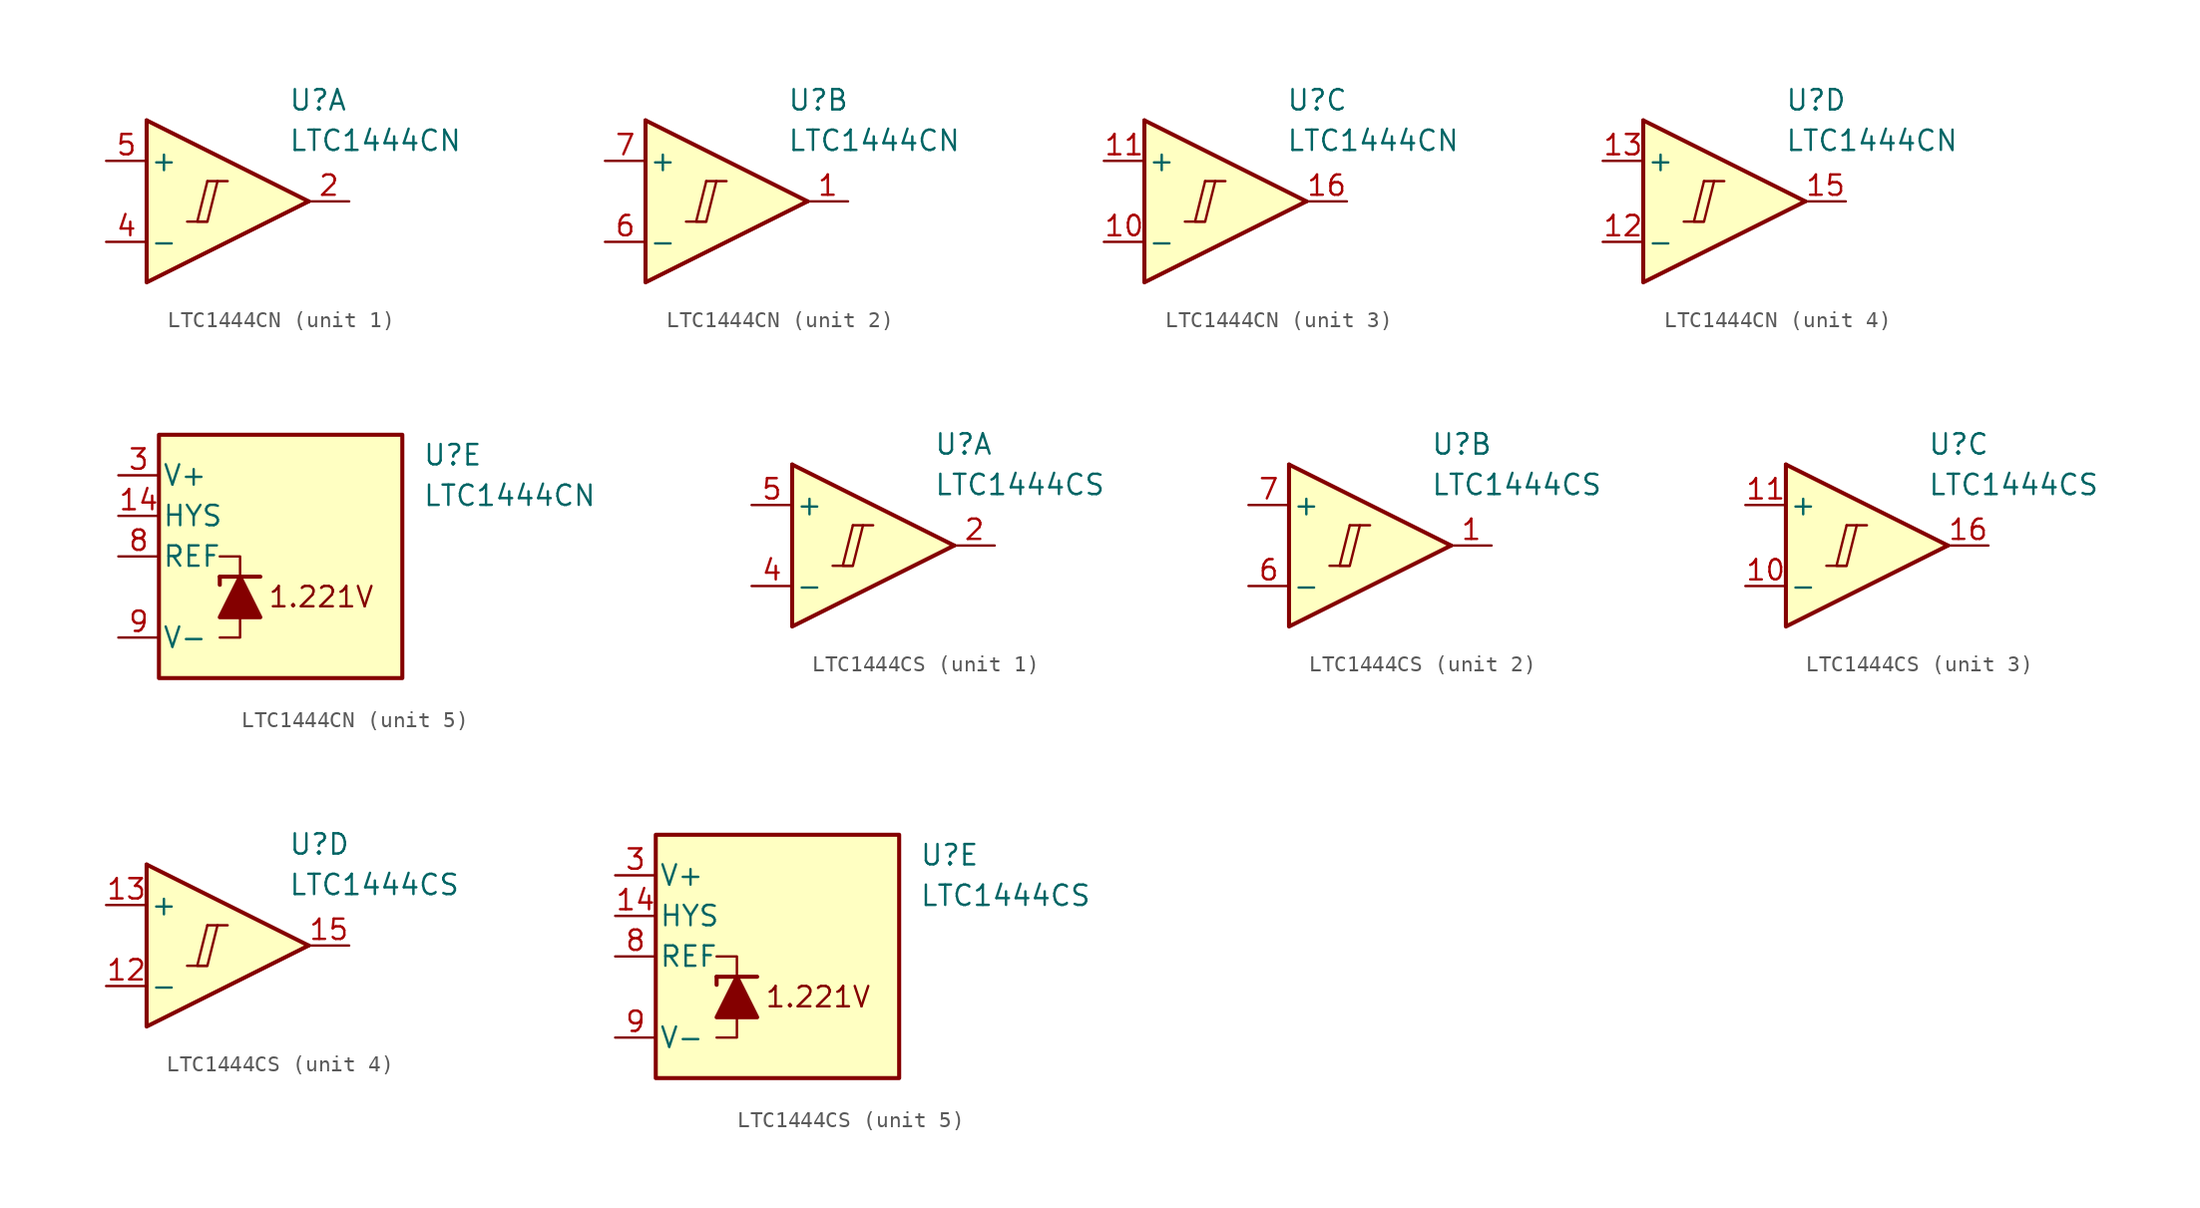
<source format=kicad_sym>
(kicad_symbol_lib
  (version 20211014)
  (generator kicad_symbol_editor)
  (symbol "LTC1444CN"
    (pin_names
      (offset 0.2))
    (property "Reference" "U"
      (at 5.08 6.35 0)
      (effects (font (size 1.27 1.27)) (justify left)))
    (property "Value" "LTC1444CN"
      (at 5.08 3.81 0)
      (effects (font (size 1.27 1.27)) (justify left)))
    (property "ki_locked" ""
      (at 0 0 0)
      (effects (font (size 1.27 1.27))))
    (symbol "LTC1444CN_1_0"
      (polyline (pts (xy -1.27 -1.27) (xy 0 -1.27)) (stroke (width 0.152) (type default) (color 0 0 0 0)) (fill (type none)))
      (polyline (pts (xy 0 1.27) (xy 1.27 1.27)) (stroke (width 0.152) (type default) (color 0 0 0 0)) (fill (type none)))
      (polyline (pts (xy 0 1.27) (xy -0.635 -1.27) (xy 0 -1.27) (xy 0.635 1.27)) (stroke (width 0.152) (type default) (color 0 0 0 0)) (fill (type none))))
    (symbol "LTC1444CN_1_1"
      (polyline (pts (xy -3.81 5.08) (xy 6.35 0)) (stroke (width 0.254) (type default) (color 0 0 0 0)) (fill (type none)))
      (polyline (pts (xy -3.81 5.08) (xy -3.81 -5.08) (xy 6.35 0)) (stroke (width 0.254) (type default) (color 0 0 0 0)) (fill (type background)))
      (pin output line (at 8.89 0 180) (length 2.54) (name "~" (effects (font (size 1.27 1.27)))) (number "2" (effects (font (size 1.27 1.27)))))
      (pin input line (at -6.35 -2.54 0) (length 2.54) (name "-" (effects (font (size 1.27 1.27)))) (number "4" (effects (font (size 1.27 1.27)))))
      (pin input line (at -6.35 2.54 0) (length 2.54) (name "+" (effects (font (size 1.27 1.27)))) (number "5" (effects (font (size 1.27 1.27))))))
    (symbol "LTC1444CN_2_0"
      (polyline (pts (xy -1.27 -1.27) (xy 0 -1.27)) (stroke (width 0.152) (type default) (color 0 0 0 0)) (fill (type none)))
      (polyline (pts (xy 0 1.27) (xy 1.27 1.27)) (stroke (width 0.152) (type default) (color 0 0 0 0)) (fill (type none)))
      (polyline (pts (xy 0 1.27) (xy -0.635 -1.27) (xy 0 -1.27) (xy 0.635 1.27)) (stroke (width 0.152) (type default) (color 0 0 0 0)) (fill (type none))))
    (symbol "LTC1444CN_2_1"
      (polyline (pts (xy -3.81 5.08) (xy 6.35 0)) (stroke (width 0.254) (type default) (color 0 0 0 0)) (fill (type none)))
      (polyline (pts (xy -3.81 5.08) (xy -3.81 -5.08) (xy 6.35 0)) (stroke (width 0.254) (type default) (color 0 0 0 0)) (fill (type background)))
      (pin output line (at 8.89 0 180) (length 2.54) (name "~" (effects (font (size 1.27 1.27)))) (number "1" (effects (font (size 1.27 1.27)))))
      (pin input line (at -6.35 -2.54 0) (length 2.54) (name "-" (effects (font (size 1.27 1.27)))) (number "6" (effects (font (size 1.27 1.27)))))
      (pin input line (at -6.35 2.54 0) (length 2.54) (name "+" (effects (font (size 1.27 1.27)))) (number "7" (effects (font (size 1.27 1.27))))))
    (symbol "LTC1444CN_3_0"
      (polyline (pts (xy -1.27 -1.27) (xy 0 -1.27)) (stroke (width 0.152) (type default) (color 0 0 0 0)) (fill (type none)))
      (polyline (pts (xy 0 1.27) (xy 1.27 1.27)) (stroke (width 0.152) (type default) (color 0 0 0 0)) (fill (type none)))
      (polyline (pts (xy 0 1.27) (xy -0.635 -1.27) (xy 0 -1.27) (xy 0.635 1.27)) (stroke (width 0.152) (type default) (color 0 0 0 0)) (fill (type none))))
    (symbol "LTC1444CN_3_1"
      (polyline (pts (xy -3.81 5.08) (xy 6.35 0)) (stroke (width 0.254) (type default) (color 0 0 0 0)) (fill (type none)))
      (polyline (pts (xy -3.81 5.08) (xy -3.81 -5.08) (xy 6.35 0)) (stroke (width 0.254) (type default) (color 0 0 0 0)) (fill (type background)))
      (pin input line (at -6.35 -2.54 0) (length 2.54) (name "-" (effects (font (size 1.27 1.27)))) (number "10" (effects (font (size 1.27 1.27)))))
      (pin input line (at -6.35 2.54 0) (length 2.54) (name "+" (effects (font (size 1.27 1.27)))) (number "11" (effects (font (size 1.27 1.27)))))
      (pin output line (at 8.89 0 180) (length 2.54) (name "~" (effects (font (size 1.27 1.27)))) (number "16" (effects (font (size 1.27 1.27))))))
    (symbol "LTC1444CN_4_0"
      (polyline (pts (xy -1.27 -1.27) (xy 0 -1.27)) (stroke (width 0.152) (type default) (color 0 0 0 0)) (fill (type none)))
      (polyline (pts (xy 0 1.27) (xy 1.27 1.27)) (stroke (width 0.152) (type default) (color 0 0 0 0)) (fill (type none)))
      (polyline (pts (xy 0 1.27) (xy -0.635 -1.27) (xy 0 -1.27) (xy 0.635 1.27)) (stroke (width 0.152) (type default) (color 0 0 0 0)) (fill (type none))))
    (symbol "LTC1444CN_4_1"
      (polyline (pts (xy -3.81 5.08) (xy 6.35 0)) (stroke (width 0.254) (type default) (color 0 0 0 0)) (fill (type none)))
      (polyline (pts (xy -3.81 5.08) (xy -3.81 -5.08) (xy 6.35 0)) (stroke (width 0.254) (type default) (color 0 0 0 0)) (fill (type background)))
      (pin input line (at -6.35 -2.54 0) (length 2.54) (name "-" (effects (font (size 1.27 1.27)))) (number "12" (effects (font (size 1.27 1.27)))))
      (pin input line (at -6.35 2.54 0) (length 2.54) (name "+" (effects (font (size 1.27 1.27)))) (number "13" (effects (font (size 1.27 1.27)))))
      (pin output line (at 8.89 0 180) (length 2.54) (name "~" (effects (font (size 1.27 1.27)))) (number "15" (effects (font (size 1.27 1.27))))))
    (symbol "LTC1444CN_5_0"
      (text "1.221V" (at -1.27 -2.54 0) (effects (font (size 1.27 1.27)))))
    (symbol "LTC1444CN_5_1"
      (rectangle (start -11.43 7.62) (end 3.81 -7.62) (stroke (width 0.254) (type default) (color 0 0 0 0)) (fill (type background)))
      (polyline (pts (xy -7.62 -1.27) (xy -7.62 -1.778)) (stroke (width 0.254) (type default) (color 0 0 0 0)) (fill (type none)))
      (polyline (pts (xy -7.62 -1.27) (xy -5.08 -1.27)) (stroke (width 0.254) (type default) (color 0 0 0 0)) (fill (type none)))
      (polyline (pts (xy -6.35 -3.81) (xy -6.35 -5.08) (xy -7.62 -5.08)) (stroke (width 0) (type default) (color 0 0 0 0)) (fill (type none)))
      (polyline (pts (xy -6.35 -1.27) (xy -6.35 0) (xy -7.62 0)) (stroke (width 0) (type default) (color 0 0 0 0)) (fill (type none)))
      (polyline (pts (xy -5.08 -3.81) (xy -7.62 -3.81) (xy -6.35 -1.27) (xy -5.08 -3.81)) (stroke (width 0.254) (type default) (color 0 0 0 0)) (fill (type outline)))
      (pin input line (at -13.97 2.54 0) (length 2.54) (name "HYS" (effects (font (size 1.27 1.27)))) (number "14" (effects (font (size 1.27 1.27)))))
      (pin power_in line (at -13.97 5.08 0) (length 2.54) (name "V+" (effects (font (size 1.27 1.27)))) (number "3" (effects (font (size 1.27 1.27)))))
      (pin output line (at -13.97 0 0) (length 2.54) (name "REF" (effects (font (size 1.27 1.27)))) (number "8" (effects (font (size 1.27 1.27)))))
      (pin power_in line (at -13.97 -5.08 0) (length 2.54) (name "V-" (effects (font (size 1.27 1.27)))) (number "9" (effects (font (size 1.27 1.27)))))))
  (symbol "LTC1444CS"
    (pin_names
      (offset 0.2))
    (property "Reference" "U"
      (at 5.08 6.35 0)
      (effects (font (size 1.27 1.27)) (justify left)))
    (property "Value" "LTC1444CS"
      (at 5.08 3.81 0)
      (effects (font (size 1.27 1.27)) (justify left)))
    (property "ki_locked" ""
      (at 0 0 0)
      (effects (font (size 1.27 1.27))))
    (symbol "LTC1444CS_1_0"
      (polyline (pts (xy -1.27 -1.27) (xy 0 -1.27)) (stroke (width 0.152) (type default) (color 0 0 0 0)) (fill (type none)))
      (polyline (pts (xy 0 1.27) (xy 1.27 1.27)) (stroke (width 0.152) (type default) (color 0 0 0 0)) (fill (type none)))
      (polyline (pts (xy 0 1.27) (xy -0.635 -1.27) (xy 0 -1.27) (xy 0.635 1.27)) (stroke (width 0.152) (type default) (color 0 0 0 0)) (fill (type none))))
    (symbol "LTC1444CS_1_1"
      (polyline (pts (xy -3.81 5.08) (xy 6.35 0)) (stroke (width 0.254) (type default) (color 0 0 0 0)) (fill (type none)))
      (polyline (pts (xy -3.81 5.08) (xy -3.81 -5.08) (xy 6.35 0)) (stroke (width 0.254) (type default) (color 0 0 0 0)) (fill (type background)))
      (pin output line (at 8.89 0 180) (length 2.54) (name "~" (effects (font (size 1.27 1.27)))) (number "2" (effects (font (size 1.27 1.27)))))
      (pin input line (at -6.35 -2.54 0) (length 2.54) (name "-" (effects (font (size 1.27 1.27)))) (number "4" (effects (font (size 1.27 1.27)))))
      (pin input line (at -6.35 2.54 0) (length 2.54) (name "+" (effects (font (size 1.27 1.27)))) (number "5" (effects (font (size 1.27 1.27))))))
    (symbol "LTC1444CS_2_0"
      (polyline (pts (xy -1.27 -1.27) (xy 0 -1.27)) (stroke (width 0.152) (type default) (color 0 0 0 0)) (fill (type none)))
      (polyline (pts (xy 0 1.27) (xy 1.27 1.27)) (stroke (width 0.152) (type default) (color 0 0 0 0)) (fill (type none)))
      (polyline (pts (xy 0 1.27) (xy -0.635 -1.27) (xy 0 -1.27) (xy 0.635 1.27)) (stroke (width 0.152) (type default) (color 0 0 0 0)) (fill (type none))))
    (symbol "LTC1444CS_2_1"
      (polyline (pts (xy -3.81 5.08) (xy 6.35 0)) (stroke (width 0.254) (type default) (color 0 0 0 0)) (fill (type none)))
      (polyline (pts (xy -3.81 5.08) (xy -3.81 -5.08) (xy 6.35 0)) (stroke (width 0.254) (type default) (color 0 0 0 0)) (fill (type background)))
      (pin output line (at 8.89 0 180) (length 2.54) (name "~" (effects (font (size 1.27 1.27)))) (number "1" (effects (font (size 1.27 1.27)))))
      (pin input line (at -6.35 -2.54 0) (length 2.54) (name "-" (effects (font (size 1.27 1.27)))) (number "6" (effects (font (size 1.27 1.27)))))
      (pin input line (at -6.35 2.54 0) (length 2.54) (name "+" (effects (font (size 1.27 1.27)))) (number "7" (effects (font (size 1.27 1.27))))))
    (symbol "LTC1444CS_3_0"
      (polyline (pts (xy -1.27 -1.27) (xy 0 -1.27)) (stroke (width 0.152) (type default) (color 0 0 0 0)) (fill (type none)))
      (polyline (pts (xy 0 1.27) (xy 1.27 1.27)) (stroke (width 0.152) (type default) (color 0 0 0 0)) (fill (type none)))
      (polyline (pts (xy 0 1.27) (xy -0.635 -1.27) (xy 0 -1.27) (xy 0.635 1.27)) (stroke (width 0.152) (type default) (color 0 0 0 0)) (fill (type none))))
    (symbol "LTC1444CS_3_1"
      (polyline (pts (xy -3.81 5.08) (xy 6.35 0)) (stroke (width 0.254) (type default) (color 0 0 0 0)) (fill (type none)))
      (polyline (pts (xy -3.81 5.08) (xy -3.81 -5.08) (xy 6.35 0)) (stroke (width 0.254) (type default) (color 0 0 0 0)) (fill (type background)))
      (pin input line (at -6.35 -2.54 0) (length 2.54) (name "-" (effects (font (size 1.27 1.27)))) (number "10" (effects (font (size 1.27 1.27)))))
      (pin input line (at -6.35 2.54 0) (length 2.54) (name "+" (effects (font (size 1.27 1.27)))) (number "11" (effects (font (size 1.27 1.27)))))
      (pin output line (at 8.89 0 180) (length 2.54) (name "~" (effects (font (size 1.27 1.27)))) (number "16" (effects (font (size 1.27 1.27))))))
    (symbol "LTC1444CS_4_0"
      (polyline (pts (xy -1.27 -1.27) (xy 0 -1.27)) (stroke (width 0.152) (type default) (color 0 0 0 0)) (fill (type none)))
      (polyline (pts (xy 0 1.27) (xy 1.27 1.27)) (stroke (width 0.152) (type default) (color 0 0 0 0)) (fill (type none)))
      (polyline (pts (xy 0 1.27) (xy -0.635 -1.27) (xy 0 -1.27) (xy 0.635 1.27)) (stroke (width 0.152) (type default) (color 0 0 0 0)) (fill (type none))))
    (symbol "LTC1444CS_4_1"
      (polyline (pts (xy -3.81 5.08) (xy 6.35 0)) (stroke (width 0.254) (type default) (color 0 0 0 0)) (fill (type none)))
      (polyline (pts (xy -3.81 5.08) (xy -3.81 -5.08) (xy 6.35 0)) (stroke (width 0.254) (type default) (color 0 0 0 0)) (fill (type background)))
      (pin input line (at -6.35 -2.54 0) (length 2.54) (name "-" (effects (font (size 1.27 1.27)))) (number "12" (effects (font (size 1.27 1.27)))))
      (pin input line (at -6.35 2.54 0) (length 2.54) (name "+" (effects (font (size 1.27 1.27)))) (number "13" (effects (font (size 1.27 1.27)))))
      (pin output line (at 8.89 0 180) (length 2.54) (name "~" (effects (font (size 1.27 1.27)))) (number "15" (effects (font (size 1.27 1.27))))))
    (symbol "LTC1444CS_5_0"
      (text "1.221V" (at -1.27 -2.54 0) (effects (font (size 1.27 1.27)))))
    (symbol "LTC1444CS_5_1"
      (rectangle (start -11.43 7.62) (end 3.81 -7.62) (stroke (width 0.254) (type default) (color 0 0 0 0)) (fill (type background)))
      (polyline (pts (xy -7.62 -1.27) (xy -7.62 -1.778)) (stroke (width 0.254) (type default) (color 0 0 0 0)) (fill (type none)))
      (polyline (pts (xy -7.62 -1.27) (xy -5.08 -1.27)) (stroke (width 0.254) (type default) (color 0 0 0 0)) (fill (type none)))
      (polyline (pts (xy -6.35 -3.81) (xy -6.35 -5.08) (xy -7.62 -5.08)) (stroke (width 0) (type default) (color 0 0 0 0)) (fill (type none)))
      (polyline (pts (xy -6.35 -1.27) (xy -6.35 0) (xy -7.62 0)) (stroke (width 0) (type default) (color 0 0 0 0)) (fill (type none)))
      (polyline (pts (xy -5.08 -3.81) (xy -7.62 -3.81) (xy -6.35 -1.27) (xy -5.08 -3.81)) (stroke (width 0.254) (type default) (color 0 0 0 0)) (fill (type outline)))
      (pin input line (at -13.97 2.54 0) (length 2.54) (name "HYS" (effects (font (size 1.27 1.27)))) (number "14" (effects (font (size 1.27 1.27)))))
      (pin power_in line (at -13.97 5.08 0) (length 2.54) (name "V+" (effects (font (size 1.27 1.27)))) (number "3" (effects (font (size 1.27 1.27)))))
      (pin output line (at -13.97 0 0) (length 2.54) (name "REF" (effects (font (size 1.27 1.27)))) (number "8" (effects (font (size 1.27 1.27)))))
      (pin power_in line (at -13.97 -5.08 0) (length 2.54) (name "V-" (effects (font (size 1.27 1.27)))) (number "9" (effects (font (size 1.27 1.27))))))))
</source>
